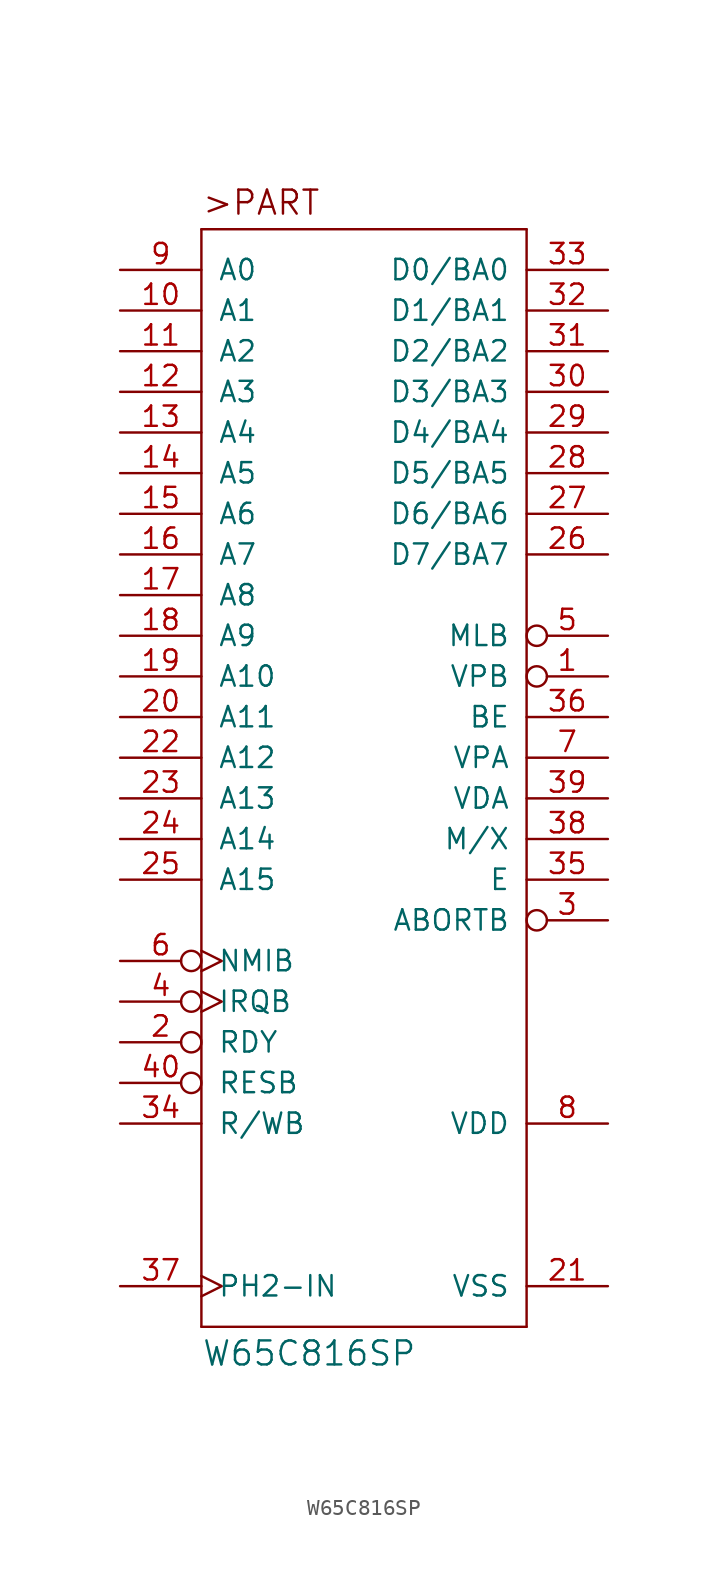
<source format=kicad_sym>
(kicad_symbol_lib
  (version 20211014)
  (generator kicad_symbol_editor)
  (symbol "W65C816SP"
    (pin_names
      (offset 1.016))
    (property "Reference" "U"
      (at 0 0 0)
      (effects (font (size 1.27 1.27)) hide))
    (property "Value" "W65C816SP"
      (at -10.16 -45.72 0)
      (effects (font (size 1.499 1.499)) (justify left bottom)))
    (property "ki_locked" ""
      (at 0 0 0)
      (effects (font (size 1.27 1.27))))
    (symbol "W65C816SP_1_0"
      (polyline (pts (xy -10.16 -43.18) (xy -10.16 25.4)) (stroke (width 0) (type default) (color 0 0 0 0)) (fill (type none)))
      (polyline (pts (xy -10.16 25.4) (xy 10.16 25.4)) (stroke (width 0) (type default) (color 0 0 0 0)) (fill (type none)))
      (polyline (pts (xy 10.16 -43.18) (xy -10.16 -43.18)) (stroke (width 0) (type default) (color 0 0 0 0)) (fill (type none)))
      (polyline (pts (xy 10.16 25.4) (xy 10.16 -43.18)) (stroke (width 0) (type default) (color 0 0 0 0)) (fill (type none)))
      (text ">PART" (at -10.16 27.94 0) (effects (font (size 1.499 1.499)) (justify left top)))
      (pin output inverted (at 15.24 -2.54 180) (length 5.08) (name "VPB" (effects (font (size 1.27 1.27)))) (number "1" (effects (font (size 1.27 1.27)))))
      (pin bidirectional line (at -15.24 20.32 0) (length 5.08) (name "A1" (effects (font (size 1.27 1.27)))) (number "10" (effects (font (size 1.27 1.27)))))
      (pin bidirectional line (at -15.24 17.78 0) (length 5.08) (name "A2" (effects (font (size 1.27 1.27)))) (number "11" (effects (font (size 1.27 1.27)))))
      (pin bidirectional line (at -15.24 15.24 0) (length 5.08) (name "A3" (effects (font (size 1.27 1.27)))) (number "12" (effects (font (size 1.27 1.27)))))
      (pin bidirectional line (at -15.24 12.7 0) (length 5.08) (name "A4" (effects (font (size 1.27 1.27)))) (number "13" (effects (font (size 1.27 1.27)))))
      (pin bidirectional line (at -15.24 10.16 0) (length 5.08) (name "A5" (effects (font (size 1.27 1.27)))) (number "14" (effects (font (size 1.27 1.27)))))
      (pin bidirectional line (at -15.24 7.62 0) (length 5.08) (name "A6" (effects (font (size 1.27 1.27)))) (number "15" (effects (font (size 1.27 1.27)))))
      (pin bidirectional line (at -15.24 5.08 0) (length 5.08) (name "A7" (effects (font (size 1.27 1.27)))) (number "16" (effects (font (size 1.27 1.27)))))
      (pin bidirectional line (at -15.24 2.54 0) (length 5.08) (name "A8" (effects (font (size 1.27 1.27)))) (number "17" (effects (font (size 1.27 1.27)))))
      (pin bidirectional line (at -15.24 0 0) (length 5.08) (name "A9" (effects (font (size 1.27 1.27)))) (number "18" (effects (font (size 1.27 1.27)))))
      (pin bidirectional line (at -15.24 -2.54 0) (length 5.08) (name "A10" (effects (font (size 1.27 1.27)))) (number "19" (effects (font (size 1.27 1.27)))))
      (pin bidirectional inverted (at -15.24 -25.4 0) (length 5.08) (name "RDY" (effects (font (size 1.27 1.27)))) (number "2" (effects (font (size 1.27 1.27)))))
      (pin bidirectional line (at -15.24 -5.08 0) (length 5.08) (name "A11" (effects (font (size 1.27 1.27)))) (number "20" (effects (font (size 1.27 1.27)))))
      (pin power_in line (at 15.24 -40.64 180) (length 5.08) (name "VSS" (effects (font (size 1.27 1.27)))) (number "21" (effects (font (size 1.27 1.27)))))
      (pin bidirectional line (at -15.24 -7.62 0) (length 5.08) (name "A12" (effects (font (size 1.27 1.27)))) (number "22" (effects (font (size 1.27 1.27)))))
      (pin bidirectional line (at -15.24 -10.16 0) (length 5.08) (name "A13" (effects (font (size 1.27 1.27)))) (number "23" (effects (font (size 1.27 1.27)))))
      (pin bidirectional line (at -15.24 -12.7 0) (length 5.08) (name "A14" (effects (font (size 1.27 1.27)))) (number "24" (effects (font (size 1.27 1.27)))))
      (pin bidirectional line (at -15.24 -15.24 0) (length 5.08) (name "A15" (effects (font (size 1.27 1.27)))) (number "25" (effects (font (size 1.27 1.27)))))
      (pin bidirectional line (at 15.24 5.08 180) (length 5.08) (name "D7/BA7" (effects (font (size 1.27 1.27)))) (number "26" (effects (font (size 1.27 1.27)))))
      (pin bidirectional line (at 15.24 7.62 180) (length 5.08) (name "D6/BA6" (effects (font (size 1.27 1.27)))) (number "27" (effects (font (size 1.27 1.27)))))
      (pin bidirectional line (at 15.24 10.16 180) (length 5.08) (name "D5/BA5" (effects (font (size 1.27 1.27)))) (number "28" (effects (font (size 1.27 1.27)))))
      (pin bidirectional line (at 15.24 12.7 180) (length 5.08) (name "D4/BA4" (effects (font (size 1.27 1.27)))) (number "29" (effects (font (size 1.27 1.27)))))
      (pin input inverted (at 15.24 -17.78 180) (length 5.08) (name "ABORTB" (effects (font (size 1.27 1.27)))) (number "3" (effects (font (size 1.27 1.27)))))
      (pin bidirectional line (at 15.24 15.24 180) (length 5.08) (name "D3/BA3" (effects (font (size 1.27 1.27)))) (number "30" (effects (font (size 1.27 1.27)))))
      (pin bidirectional line (at 15.24 17.78 180) (length 5.08) (name "D2/BA2" (effects (font (size 1.27 1.27)))) (number "31" (effects (font (size 1.27 1.27)))))
      (pin bidirectional line (at 15.24 20.32 180) (length 5.08) (name "D1/BA1" (effects (font (size 1.27 1.27)))) (number "32" (effects (font (size 1.27 1.27)))))
      (pin bidirectional line (at 15.24 22.86 180) (length 5.08) (name "D0/BA0" (effects (font (size 1.27 1.27)))) (number "33" (effects (font (size 1.27 1.27)))))
      (pin output line (at -15.24 -30.48 0) (length 5.08) (name "R/WB" (effects (font (size 1.27 1.27)))) (number "34" (effects (font (size 1.27 1.27)))))
      (pin output line (at 15.24 -15.24 180) (length 5.08) (name "E" (effects (font (size 1.27 1.27)))) (number "35" (effects (font (size 1.27 1.27)))))
      (pin input line (at 15.24 -5.08 180) (length 5.08) (name "BE" (effects (font (size 1.27 1.27)))) (number "36" (effects (font (size 1.27 1.27)))))
      (pin input clock (at -15.24 -40.64 0) (length 5.08) (name "PH2-IN" (effects (font (size 1.27 1.27)))) (number "37" (effects (font (size 1.27 1.27)))))
      (pin output line (at 15.24 -12.7 180) (length 5.08) (name "M/X" (effects (font (size 1.27 1.27)))) (number "38" (effects (font (size 1.27 1.27)))))
      (pin output line (at 15.24 -10.16 180) (length 5.08) (name "VDA" (effects (font (size 1.27 1.27)))) (number "39" (effects (font (size 1.27 1.27)))))
      (pin input inverted_clock (at -15.24 -22.86 0) (length 5.08) (name "IRQB" (effects (font (size 1.27 1.27)))) (number "4" (effects (font (size 1.27 1.27)))))
      (pin input inverted (at -15.24 -27.94 0) (length 5.08) (name "RESB" (effects (font (size 1.27 1.27)))) (number "40" (effects (font (size 1.27 1.27)))))
      (pin output inverted (at 15.24 0 180) (length 5.08) (name "MLB" (effects (font (size 1.27 1.27)))) (number "5" (effects (font (size 1.27 1.27)))))
      (pin input inverted_clock (at -15.24 -20.32 0) (length 5.08) (name "NMIB" (effects (font (size 1.27 1.27)))) (number "6" (effects (font (size 1.27 1.27)))))
      (pin output line (at 15.24 -7.62 180) (length 5.08) (name "VPA" (effects (font (size 1.27 1.27)))) (number "7" (effects (font (size 1.27 1.27)))))
      (pin power_in line (at 15.24 -30.48 180) (length 5.08) (name "VDD" (effects (font (size 1.27 1.27)))) (number "8" (effects (font (size 1.27 1.27)))))
      (pin bidirectional line (at -15.24 22.86 0) (length 5.08) (name "A0" (effects (font (size 1.27 1.27)))) (number "9" (effects (font (size 1.27 1.27))))))))
</source>
